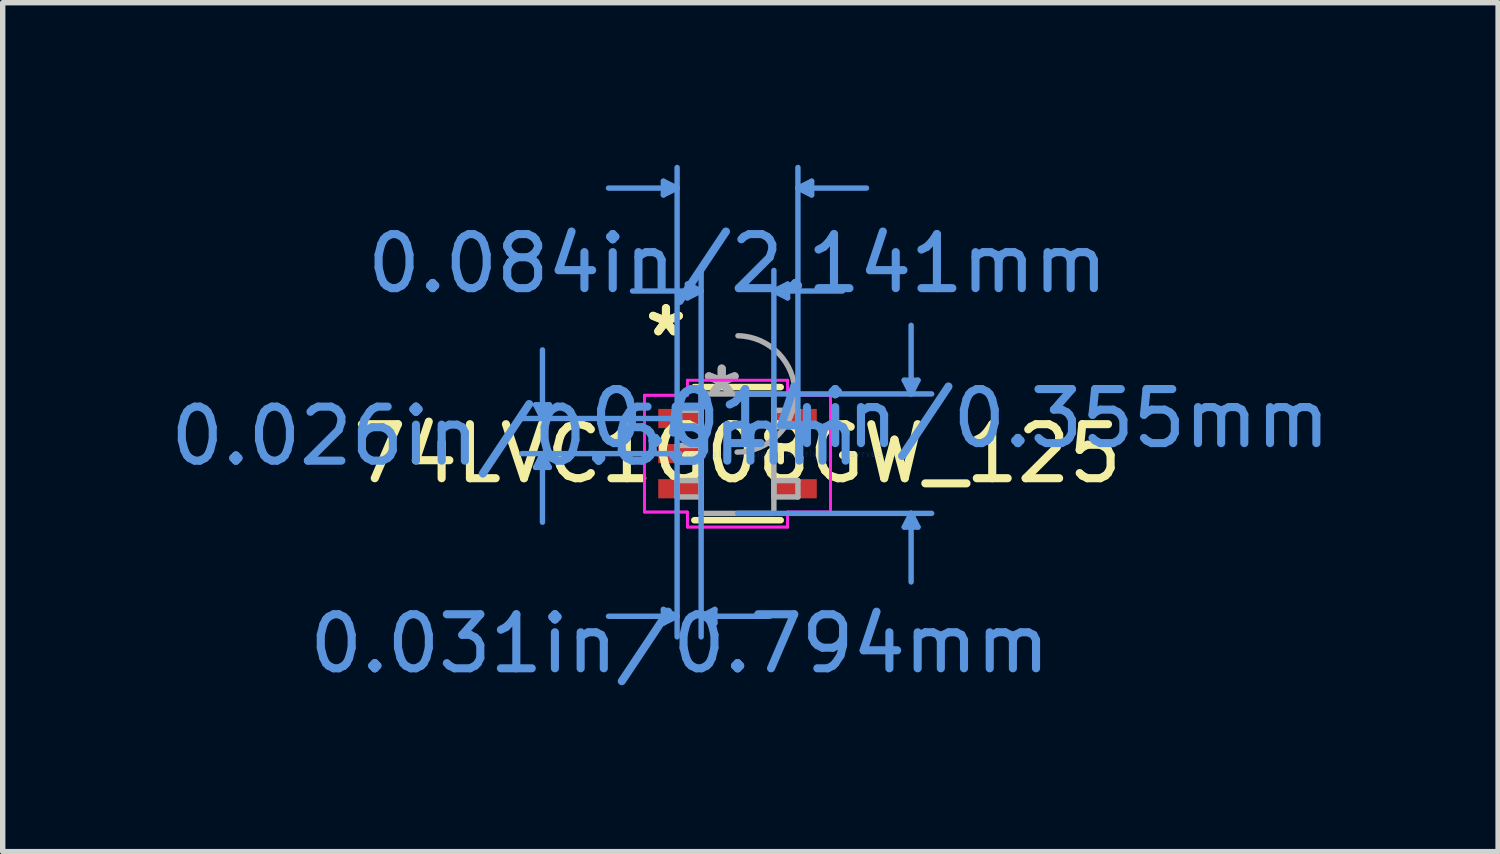
<source format=kicad_pcb>
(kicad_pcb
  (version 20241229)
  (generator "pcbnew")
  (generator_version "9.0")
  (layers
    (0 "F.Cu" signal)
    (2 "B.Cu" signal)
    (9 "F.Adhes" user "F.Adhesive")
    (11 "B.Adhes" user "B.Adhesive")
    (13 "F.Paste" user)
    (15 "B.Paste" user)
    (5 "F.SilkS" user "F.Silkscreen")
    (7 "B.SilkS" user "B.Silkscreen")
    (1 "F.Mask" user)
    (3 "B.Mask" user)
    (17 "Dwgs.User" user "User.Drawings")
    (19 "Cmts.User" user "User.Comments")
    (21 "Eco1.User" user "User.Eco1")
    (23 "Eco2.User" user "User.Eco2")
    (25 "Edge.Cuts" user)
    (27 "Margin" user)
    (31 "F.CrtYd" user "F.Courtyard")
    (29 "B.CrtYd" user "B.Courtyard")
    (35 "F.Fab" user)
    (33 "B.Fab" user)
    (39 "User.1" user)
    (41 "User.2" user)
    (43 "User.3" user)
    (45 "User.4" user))
  (footprint "74LVC1G08GW_125"
    (layer "F.Cu")
    (at 10.6 5.346)
    (property "Reference" "74LVC1G08GW_125" (at 0 0 0) (layer "F.SilkS") (effects (font (size 1 1) (thickness 0.15))))
    (attr through_hole)
    (fp_line (start -0.8 1.232) (end 0.8 1.232) (stroke (width 0.12) (type solid)) (layer "F.SilkS"))
    (fp_line (start 0.8 -1.232) (end -0.8 -1.232) (stroke (width 0.12) (type solid)) (layer "F.SilkS"))
    (fp_line (start 0.8 0.14) (end 0.8 -0.14) (stroke (width 0.12) (type solid)) (layer "F.SilkS"))
    (fp_line (start -3.737 -0.904) (end -3.483 -0.904) (stroke (width 0.1) (type solid)) (layer "Cmts.User"))
    (fp_line (start -3.737 0.254) (end -3.483 0.254) (stroke (width 0.1) (type solid)) (layer "Cmts.User"))
    (fp_line (start -3.61 -0.65) (end -3.737 -0.904) (stroke (width 0.1) (type solid)) (layer "Cmts.User"))
    (fp_line (start -3.61 -0.65) (end -3.61 -1.92) (stroke (width 0.1) (type solid)) (layer "Cmts.User"))
    (fp_line (start -3.61 -0.65) (end -3.483 -0.904) (stroke (width 0.1) (type solid)) (layer "Cmts.User"))
    (fp_line (start -3.61 0) (end -3.737 0.254) (stroke (width 0.1) (type solid)) (layer "Cmts.User"))
    (fp_line (start -3.61 0) (end -3.61 1.27) (stroke (width 0.1) (type solid)) (layer "Cmts.User"))
    (fp_line (start -3.61 0) (end -3.483 0.254) (stroke (width 0.1) (type solid)) (layer "Cmts.User"))
    (fp_line (start -1.372 -5.042) (end -1.372 -4.788) (stroke (width 0.1) (type solid)) (layer "Cmts.User"))
    (fp_line (start -1.372 2.883) (end -1.372 3.137) (stroke (width 0.1) (type solid)) (layer "Cmts.User"))
    (fp_line (start -1.118 -4.915) (end -2.388 -4.915) (stroke (width 0.1) (type solid)) (layer "Cmts.User"))
    (fp_line (start -1.118 -4.915) (end -1.372 -5.042) (stroke (width 0.1) (type solid)) (layer "Cmts.User"))
    (fp_line (start -1.118 -4.915) (end -1.372 -4.788) (stroke (width 0.1) (type solid)) (layer "Cmts.User"))
    (fp_line (start -1.118 0) (end -1.118 -5.296) (stroke (width 0.1) (type solid)) (layer "Cmts.User"))
    (fp_line (start -1.118 0) (end -1.118 3.391) (stroke (width 0.1) (type solid)) (layer "Cmts.User"))
    (fp_line (start -1.118 3.01) (end -2.388 3.01) (stroke (width 0.1) (type solid)) (layer "Cmts.User"))
    (fp_line (start -1.118 3.01) (end -1.372 2.883) (stroke (width 0.1) (type solid)) (layer "Cmts.User"))
    (fp_line (start -1.118 3.01) (end -1.372 3.137) (stroke (width 0.1) (type solid)) (layer "Cmts.User"))
    (fp_line (start -1.07 -0.65) (end -3.991 -0.65) (stroke (width 0.1) (type solid)) (layer "Cmts.User"))
    (fp_line (start -1.07 0) (end -3.991 0) (stroke (width 0.1) (type solid)) (layer "Cmts.User"))
    (fp_line (start -0.927 -3.137) (end -0.927 -2.883) (stroke (width 0.1) (type solid)) (layer "Cmts.User"))
    (fp_line (start -0.673 -3.01) (end -1.943 -3.01) (stroke (width 0.1) (type solid)) (layer "Cmts.User"))
    (fp_line (start -0.673 -3.01) (end -0.927 -3.137) (stroke (width 0.1) (type solid)) (layer "Cmts.User"))
    (fp_line (start -0.673 -3.01) (end -0.927 -2.883) (stroke (width 0.1) (type solid)) (layer "Cmts.User"))
    (fp_line (start -0.673 0) (end -0.673 -3.391) (stroke (width 0.1) (type solid)) (layer "Cmts.User"))
    (fp_line (start -0.673 0) (end -0.673 3.391) (stroke (width 0.1) (type solid)) (layer "Cmts.User"))
    (fp_line (start -0.673 3.01) (end -0.419 2.883) (stroke (width 0.1) (type solid)) (layer "Cmts.User"))
    (fp_line (start -0.673 3.01) (end -0.419 3.137) (stroke (width 0.1) (type solid)) (layer "Cmts.User"))
    (fp_line (start -0.673 3.01) (end 0.597 3.01) (stroke (width 0.1) (type solid)) (layer "Cmts.User"))
    (fp_line (start -0.419 2.883) (end -0.419 3.137) (stroke (width 0.1) (type solid)) (layer "Cmts.User"))
    (fp_line (start 0 -1.105) (end 3.594 -1.105) (stroke (width 0.1) (type solid)) (layer "Cmts.User"))
    (fp_line (start 0 1.105) (end 3.594 1.105) (stroke (width 0.1) (type solid)) (layer "Cmts.User"))
    (fp_line (start 0.673 -3.01) (end 0.927 -3.137) (stroke (width 0.1) (type solid)) (layer "Cmts.User"))
    (fp_line (start 0.673 -3.01) (end 0.927 -2.883) (stroke (width 0.1) (type solid)) (layer "Cmts.User"))
    (fp_line (start 0.673 -3.01) (end 1.943 -3.01) (stroke (width 0.1) (type solid)) (layer "Cmts.User"))
    (fp_line (start 0.673 0) (end 0.673 -3.391) (stroke (width 0.1) (type solid)) (layer "Cmts.User"))
    (fp_line (start 0.927 -3.137) (end 0.927 -2.883) (stroke (width 0.1) (type solid)) (layer "Cmts.User"))
    (fp_line (start 1.118 -4.915) (end 1.372 -5.042) (stroke (width 0.1) (type solid)) (layer "Cmts.User"))
    (fp_line (start 1.118 -4.915) (end 1.372 -4.788) (stroke (width 0.1) (type solid)) (layer "Cmts.User"))
    (fp_line (start 1.118 -4.915) (end 2.388 -4.915) (stroke (width 0.1) (type solid)) (layer "Cmts.User"))
    (fp_line (start 1.118 0) (end 1.118 -5.296) (stroke (width 0.1) (type solid)) (layer "Cmts.User"))
    (fp_line (start 1.372 -5.042) (end 1.372 -4.788) (stroke (width 0.1) (type solid)) (layer "Cmts.User"))
    (fp_line (start 3.086 -1.359) (end 3.34 -1.359) (stroke (width 0.1) (type solid)) (layer "Cmts.User"))
    (fp_line (start 3.086 1.359) (end 3.34 1.359) (stroke (width 0.1) (type solid)) (layer "Cmts.User"))
    (fp_line (start 3.213 -1.105) (end 3.086 -1.359) (stroke (width 0.1) (type solid)) (layer "Cmts.User"))
    (fp_line (start 3.213 -1.105) (end 3.213 -2.375) (stroke (width 0.1) (type solid)) (layer "Cmts.User"))
    (fp_line (start 3.213 -1.105) (end 3.34 -1.359) (stroke (width 0.1) (type solid)) (layer "Cmts.User"))
    (fp_line (start 3.213 1.105) (end 3.086 1.359) (stroke (width 0.1) (type solid)) (layer "Cmts.User"))
    (fp_line (start 3.213 1.105) (end 3.213 2.375) (stroke (width 0.1) (type solid)) (layer "Cmts.User"))
    (fp_line (start 3.213 1.105) (end 3.34 1.359) (stroke (width 0.1) (type solid)) (layer "Cmts.User"))
    (fp_line (start -1.722 -1.081) (end -0.927 -1.081) (stroke (width 0.05) (type solid)) (layer "F.CrtYd"))
    (fp_line (start -1.722 -1.081) (end -0.927 -1.081) (stroke (width 0.05) (type solid)) (layer "F.CrtYd"))
    (fp_line (start -1.722 1.081) (end -1.722 -1.081) (stroke (width 0.05) (type solid)) (layer "F.CrtYd"))
    (fp_line (start -1.722 1.081) (end -1.722 -1.081) (stroke (width 0.05) (type solid)) (layer "F.CrtYd"))
    (fp_line (start -1.722 1.081) (end -0.927 1.081) (stroke (width 0.05) (type solid)) (layer "F.CrtYd"))
    (fp_line (start -0.927 -1.359) (end 0.927 -1.359) (stroke (width 0.05) (type solid)) (layer "F.CrtYd"))
    (fp_line (start -0.927 -1.359) (end 0.927 -1.359) (stroke (width 0.05) (type solid)) (layer "F.CrtYd"))
    (fp_line (start -0.927 -1.081) (end -0.927 -1.359) (stroke (width 0.05) (type solid)) (layer "F.CrtYd"))
    (fp_line (start -0.927 -1.081) (end -0.927 -1.359) (stroke (width 0.05) (type solid)) (layer "F.CrtYd"))
    (fp_line (start -0.927 1.081) (end -1.722 1.081) (stroke (width 0.05) (type solid)) (layer "F.CrtYd"))
    (fp_line (start -0.927 1.359) (end -0.927 1.081) (stroke (width 0.05) (type solid)) (layer "F.CrtYd"))
    (fp_line (start -0.927 1.359) (end -0.927 1.081) (stroke (width 0.05) (type solid)) (layer "F.CrtYd"))
    (fp_line (start 0.927 -1.359) (end 0.927 -1.081) (stroke (width 0.05) (type solid)) (layer "F.CrtYd"))
    (fp_line (start 0.927 -1.359) (end 0.927 -1.081) (stroke (width 0.05) (type solid)) (layer "F.CrtYd"))
    (fp_line (start 0.927 -1.081) (end 1.722 -1.081) (stroke (width 0.05) (type solid)) (layer "F.CrtYd"))
    (fp_line (start 0.927 1.081) (end 0.927 1.359) (stroke (width 0.05) (type solid)) (layer "F.CrtYd"))
    (fp_line (start 0.927 1.081) (end 0.927 1.359) (stroke (width 0.05) (type solid)) (layer "F.CrtYd"))
    (fp_line (start 0.927 1.359) (end -0.927 1.359) (stroke (width 0.05) (type solid)) (layer "F.CrtYd"))
    (fp_line (start 0.927 1.359) (end -0.927 1.359) (stroke (width 0.05) (type solid)) (layer "F.CrtYd"))
    (fp_line (start 1.722 -1.081) (end 0.927 -1.081) (stroke (width 0.05) (type solid)) (layer "F.CrtYd"))
    (fp_line (start 1.722 -1.081) (end 1.722 1.081) (stroke (width 0.05) (type solid)) (layer "F.CrtYd"))
    (fp_line (start 1.722 -1.081) (end 1.722 1.081) (stroke (width 0.05) (type solid)) (layer "F.CrtYd"))
    (fp_line (start 1.722 1.081) (end 0.927 1.081) (stroke (width 0.05) (type solid)) (layer "F.CrtYd"))
    (fp_line (start 1.722 1.081) (end 0.927 1.081) (stroke (width 0.05) (type solid)) (layer "F.CrtYd"))
    (fp_line (start -1.118 -0.802) (end -1.118 -0.498) (stroke (width 0.1) (type solid)) (layer "F.Fab"))
    (fp_line (start -1.118 -0.498) (end -0.673 -0.498) (stroke (width 0.1) (type solid)) (layer "F.Fab"))
    (fp_line (start -1.118 -0.152) (end -1.118 0.152) (stroke (width 0.1) (type solid)) (layer "F.Fab"))
    (fp_line (start -1.118 0.152) (end -0.673 0.152) (stroke (width 0.1) (type solid)) (layer "F.Fab"))
    (fp_line (start -1.118 0.498) (end -1.118 0.802) (stroke (width 0.1) (type solid)) (layer "F.Fab"))
    (fp_line (start -1.118 0.802) (end -0.673 0.802) (stroke (width 0.1) (type solid)) (layer "F.Fab"))
    (fp_line (start -0.673 -1.105) (end -0.673 1.105) (stroke (width 0.1) (type solid)) (layer "F.Fab"))
    (fp_line (start -0.673 -0.802) (end -1.118 -0.802) (stroke (width 0.1) (type solid)) (layer "F.Fab"))
    (fp_line (start -0.673 -0.498) (end -0.673 -0.802) (stroke (width 0.1) (type solid)) (layer "F.Fab"))
    (fp_line (start -0.673 -0.152) (end -1.118 -0.152) (stroke (width 0.1) (type solid)) (layer "F.Fab"))
    (fp_line (start -0.673 0.152) (end -0.673 -0.152) (stroke (width 0.1) (type solid)) (layer "F.Fab"))
    (fp_line (start -0.673 0.498) (end -1.118 0.498) (stroke (width 0.1) (type solid)) (layer "F.Fab"))
    (fp_line (start -0.673 0.802) (end -0.673 0.498) (stroke (width 0.1) (type solid)) (layer "F.Fab"))
    (fp_line (start -0.673 1.105) (end 0.673 1.105) (stroke (width 0.1) (type solid)) (layer "F.Fab"))
    (fp_line (start 0.673 -1.105) (end -0.673 -1.105) (stroke (width 0.1) (type solid)) (layer "F.Fab"))
    (fp_line (start 0.673 -0.802) (end 0.673 -0.498) (stroke (width 0.1) (type solid)) (layer "F.Fab"))
    (fp_line (start 0.673 -0.498) (end 1.118 -0.498) (stroke (width 0.1) (type solid)) (layer "F.Fab"))
    (fp_line (start 0.673 0.498) (end 0.673 0.802) (stroke (width 0.1) (type solid)) (layer "F.Fab"))
    (fp_line (start 0.673 0.802) (end 1.118 0.802) (stroke (width 0.1) (type solid)) (layer "F.Fab"))
    (fp_line (start 0.673 1.105) (end 0.673 -1.105) (stroke (width 0.1) (type solid)) (layer "F.Fab"))
    (fp_line (start 1.118 -0.802) (end 0.673 -0.802) (stroke (width 0.1) (type solid)) (layer "F.Fab"))
    (fp_line (start 1.118 -0.498) (end 1.118 -0.802) (stroke (width 0.1) (type solid)) (layer "F.Fab"))
    (fp_line (start 1.118 0.498) (end 0.673 0.498) (stroke (width 0.1) (type solid)) (layer "F.Fab"))
    (fp_line (start 1.118 0.802) (end 1.118 0.498) (stroke (width 0.1) (type solid)) (layer "F.Fab"))
    (fp_arc (start 0.007742 -2.181736) (mid 1.076836 -1.097158) (end -0.007742 -0.028064) (stroke (width 0.1) (type solid)) (layer "F.Fab"))
    (fp_text user "*" (at -1.324 -2.148 0) (layer "F.SilkS") (effects (font (size 1 1) (thickness 0.15))))
    (fp_text user "*" (at -1.324 -2.148 0) (layer "F.SilkS") (effects (font (size 1 1) (thickness 0.15))))
    (fp_text user "0.014in/0.355mm" (at 4.118 -0.65 0) (layer "Cmts.User") (effects (font (size 1 1) (thickness 0.15))))
    (fp_text user "Copyright 2021 Accelerated Designs. All rights reserved." (at 0 0 0) (layer "Cmts.User") (effects (font (size 0.127 0.127) (thickness 0.002))))
    (fp_text user "0.026in/0.65mm" (at -4.118 -0.325 0) (layer "Cmts.User") (effects (font (size 1 1) (thickness 0.15))))
    (fp_text user "0.084in/2.141mm" (at 0 -3.518 0) (layer "Cmts.User") (effects (font (size 1 1) (thickness 0.15))))
    (fp_text user "0.031in/0.794mm" (at -1.07 3.518 0) (layer "Cmts.User") (effects (font (size 1 1) (thickness 0.15))))
    (fp_text user "*" (at -0.292 -1.029 0) (layer "F.Fab") (effects (font (size 1 1) (thickness 0.15))))
    (fp_text user "*" (at -0.292 -1.029 0) (layer "F.Fab") (effects (font (size 1 1) (thickness 0.15))))
    (pad "1" smd rect (at -1.07 -0.65) (size 0.794 0.355) (layers "F.Cu" "F.Mask" "F.Paste"))
    (pad "2" smd rect (at -1.07 0) (size 0.794 0.355) (layers "F.Cu" "F.Mask" "F.Paste"))
    (pad "3" smd rect (at -1.07 0.65) (size 0.794 0.355) (layers "F.Cu" "F.Mask" "F.Paste"))
    (pad "4" smd rect (at 1.07 0.65) (size 0.794 0.355) (layers "F.Cu" "F.Mask" "F.Paste"))
    (pad "5" smd rect (at 1.07 -0.65) (size 0.794 0.355) (layers "F.Cu" "F.Mask" "F.Paste")))
  (gr_rect
    (start -3 -3)
    (end 24.677 12.712)
    (stroke (width 0.1) (type default))
    (fill no)
    (layer "Edge.Cuts")))
</source>
